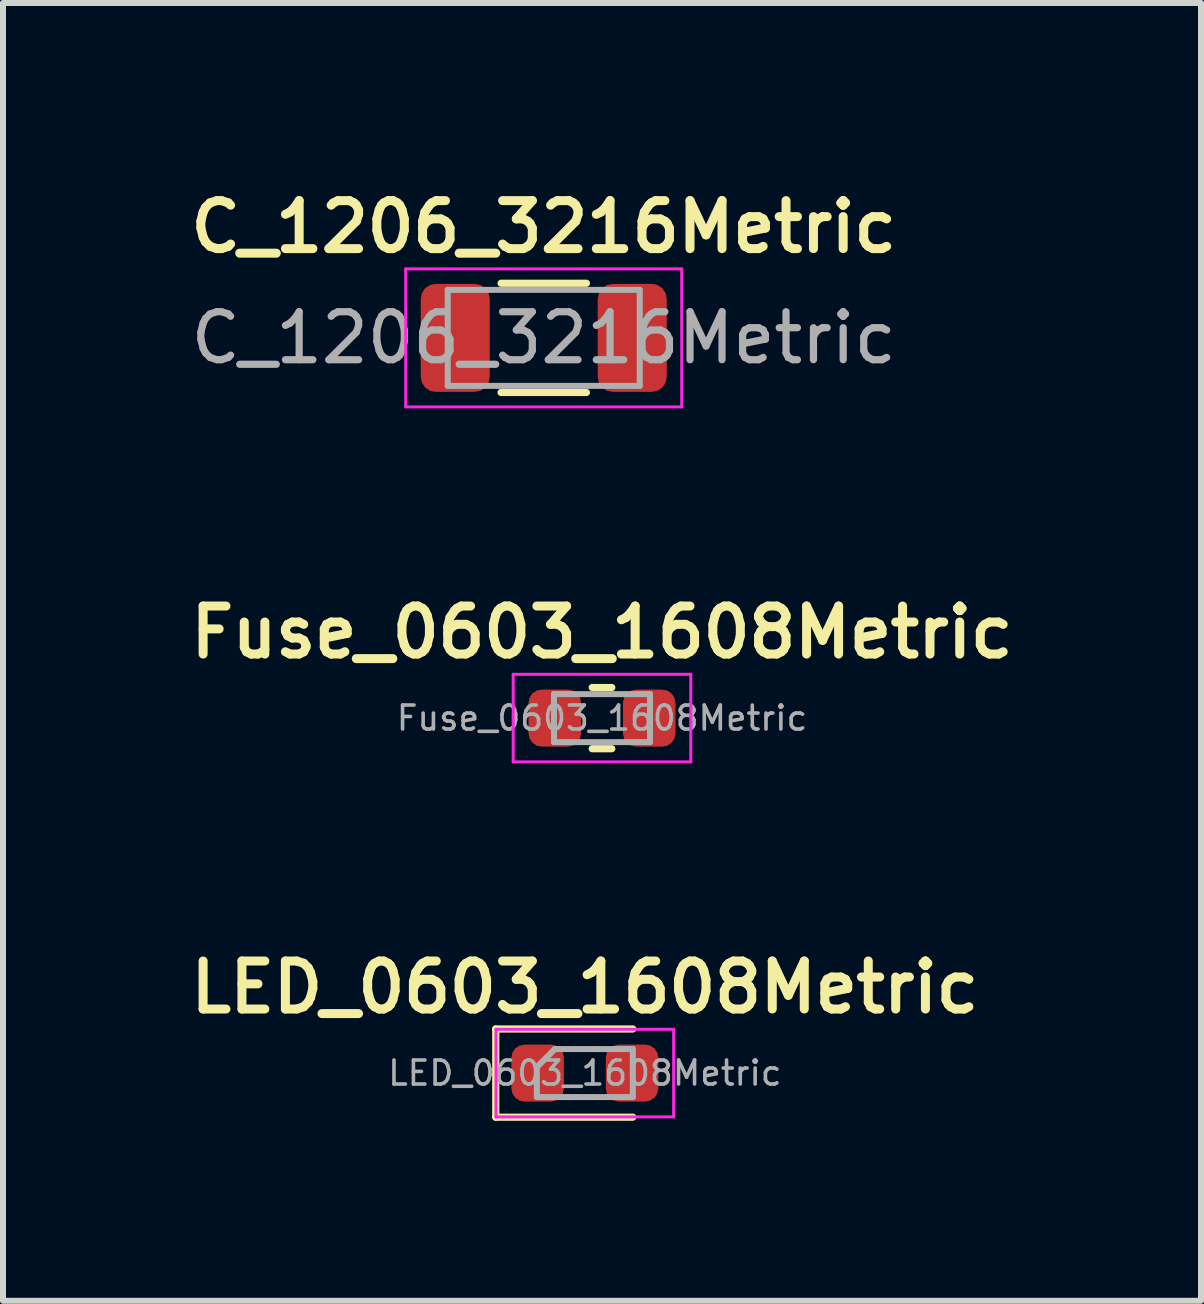
<source format=kicad_pcb>
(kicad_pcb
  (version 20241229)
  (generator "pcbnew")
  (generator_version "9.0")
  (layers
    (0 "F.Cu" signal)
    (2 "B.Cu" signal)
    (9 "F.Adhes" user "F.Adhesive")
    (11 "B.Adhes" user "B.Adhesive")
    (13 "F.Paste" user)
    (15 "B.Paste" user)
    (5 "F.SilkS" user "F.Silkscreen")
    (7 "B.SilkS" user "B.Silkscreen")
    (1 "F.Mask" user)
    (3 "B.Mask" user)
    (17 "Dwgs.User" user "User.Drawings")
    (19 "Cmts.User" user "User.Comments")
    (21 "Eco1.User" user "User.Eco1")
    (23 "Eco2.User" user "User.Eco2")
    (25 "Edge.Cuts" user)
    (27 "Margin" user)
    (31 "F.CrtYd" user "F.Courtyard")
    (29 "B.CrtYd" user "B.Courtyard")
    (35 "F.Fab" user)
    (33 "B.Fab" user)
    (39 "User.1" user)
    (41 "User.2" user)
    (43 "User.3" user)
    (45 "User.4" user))
  (footprint "LED_0603_1608Metric"
    (layer "F.Cu")
    (at 6.697 14.834)
    (property "Reference" "LED_0603_1608Metric" (at 0 -1.43 0) (layer "F.SilkS") (effects (font (size 0.8 0.8) (thickness 0.15))))
    (attr smd)
    (fp_line (start -1.485 -0.735) (end -1.485 0.735) (stroke (width 0.12) (type solid)) (layer "F.SilkS"))
    (fp_line (start -1.485 0.735) (end 0.8 0.735) (stroke (width 0.12) (type solid)) (layer "F.SilkS"))
    (fp_line (start 0.8 -0.735) (end -1.485 -0.735) (stroke (width 0.12) (type solid)) (layer "F.SilkS"))
    (fp_line (start -1.48 -0.73) (end 1.48 -0.73) (stroke (width 0.05) (type solid)) (layer "F.CrtYd"))
    (fp_line (start -1.48 0.73) (end -1.48 -0.73) (stroke (width 0.05) (type solid)) (layer "F.CrtYd"))
    (fp_line (start 1.48 -0.73) (end 1.48 0.73) (stroke (width 0.05) (type solid)) (layer "F.CrtYd"))
    (fp_line (start 1.48 0.73) (end -1.48 0.73) (stroke (width 0.05) (type solid)) (layer "F.CrtYd"))
    (fp_line (start -0.8 -0.1) (end -0.8 0.4) (stroke (width 0.1) (type solid)) (layer "F.Fab"))
    (fp_line (start -0.8 0.4) (end 0.8 0.4) (stroke (width 0.1) (type solid)) (layer "F.Fab"))
    (fp_line (start -0.5 -0.4) (end -0.8 -0.1) (stroke (width 0.1) (type solid)) (layer "F.Fab"))
    (fp_line (start 0.8 -0.4) (end -0.5 -0.4) (stroke (width 0.1) (type solid)) (layer "F.Fab"))
    (fp_line (start 0.8 0.4) (end 0.8 -0.4) (stroke (width 0.1) (type solid)) (layer "F.Fab"))
    (fp_text user "${REFERENCE}" (at 0 0 0) (layer "F.Fab") (effects (font (size 0.4 0.4) (thickness 0.06))))
    (pad "1" smd roundrect (at -0.787 0) (size 0.875 0.95) (layers "F.Cu" "F.Mask" "F.Paste") (roundrect_rratio 0.25))
    (pad "2" smd roundrect (at 0.787 0) (size 0.875 0.95) (layers "F.Cu" "F.Mask" "F.Paste") (roundrect_rratio 0.25)))
  (footprint "C_1206_3216Metric"
    (layer "F.Cu")
    (at 6.012 2.581)
    (property "Reference" "C_1206_3216Metric" (at 0 -1.85 0) (layer "F.SilkS") (effects (font (size 0.8 0.8) (thickness 0.15))))
    (attr smd)
    (fp_line (start -0.711 -0.91) (end 0.711 -0.91) (stroke (width 0.12) (type solid)) (layer "F.SilkS"))
    (fp_line (start -0.711 0.91) (end 0.711 0.91) (stroke (width 0.12) (type solid)) (layer "F.SilkS"))
    (fp_line (start -2.3 -1.15) (end 2.3 -1.15) (stroke (width 0.05) (type solid)) (layer "F.CrtYd"))
    (fp_line (start -2.3 1.15) (end -2.3 -1.15) (stroke (width 0.05) (type solid)) (layer "F.CrtYd"))
    (fp_line (start 2.3 -1.15) (end 2.3 1.15) (stroke (width 0.05) (type solid)) (layer "F.CrtYd"))
    (fp_line (start 2.3 1.15) (end -2.3 1.15) (stroke (width 0.05) (type solid)) (layer "F.CrtYd"))
    (fp_line (start -1.6 -0.8) (end 1.6 -0.8) (stroke (width 0.1) (type solid)) (layer "F.Fab"))
    (fp_line (start -1.6 0.8) (end -1.6 -0.8) (stroke (width 0.1) (type solid)) (layer "F.Fab"))
    (fp_line (start 1.6 -0.8) (end 1.6 0.8) (stroke (width 0.1) (type solid)) (layer "F.Fab"))
    (fp_line (start 1.6 0.8) (end -1.6 0.8) (stroke (width 0.1) (type solid)) (layer "F.Fab"))
    (fp_text user "${REFERENCE}" (at 0 0 0) (layer "F.Fab") (effects (font (size 0.8 0.8) (thickness 0.12))))
    (pad "1" smd roundrect (at -1.475 0) (size 1.15 1.8) (layers "F.Cu" "F.Mask" "F.Paste") (roundrect_rratio 0.217))
    (pad "2" smd roundrect (at 1.475 0) (size 1.15 1.8) (layers "F.Cu" "F.Mask" "F.Paste") (roundrect_rratio 0.217)))
  (footprint "Fuse_0603_1608Metric"
    (layer "F.Cu")
    (at 6.983 8.918)
    (property "Reference" "Fuse_0603_1608Metric" (at 0 -1.43 0) (layer "F.SilkS") (effects (font (size 0.8 0.8) (thickness 0.15))))
    (attr smd)
    (fp_line (start -0.163 -0.51) (end 0.163 -0.51) (stroke (width 0.12) (type solid)) (layer "F.SilkS"))
    (fp_line (start -0.163 0.51) (end 0.163 0.51) (stroke (width 0.12) (type solid)) (layer "F.SilkS"))
    (fp_line (start -1.48 -0.73) (end 1.48 -0.73) (stroke (width 0.05) (type solid)) (layer "F.CrtYd"))
    (fp_line (start -1.48 0.73) (end -1.48 -0.73) (stroke (width 0.05) (type solid)) (layer "F.CrtYd"))
    (fp_line (start 1.48 -0.73) (end 1.48 0.73) (stroke (width 0.05) (type solid)) (layer "F.CrtYd"))
    (fp_line (start 1.48 0.73) (end -1.48 0.73) (stroke (width 0.05) (type solid)) (layer "F.CrtYd"))
    (fp_line (start -0.8 -0.4) (end 0.8 -0.4) (stroke (width 0.1) (type solid)) (layer "F.Fab"))
    (fp_line (start -0.8 0.4) (end -0.8 -0.4) (stroke (width 0.1) (type solid)) (layer "F.Fab"))
    (fp_line (start 0.8 -0.4) (end 0.8 0.4) (stroke (width 0.1) (type solid)) (layer "F.Fab"))
    (fp_line (start 0.8 0.4) (end -0.8 0.4) (stroke (width 0.1) (type solid)) (layer "F.Fab"))
    (fp_text user "${REFERENCE}" (at 0 0 0) (layer "F.Fab") (effects (font (size 0.4 0.4) (thickness 0.06))))
    (pad "1" smd roundrect (at -0.787 0) (size 0.875 0.95) (layers "F.Cu" "F.Mask" "F.Paste") (roundrect_rratio 0.25))
    (pad "2" smd roundrect (at 0.787 0) (size 0.875 0.95) (layers "F.Cu" "F.Mask" "F.Paste") (roundrect_rratio 0.25)))
  (gr_rect
    (start -3 -3)
    (end 16.966 18.629)
    (stroke (width 0.1) (type default))
    (fill no)
    (layer "Edge.Cuts")))
</source>
